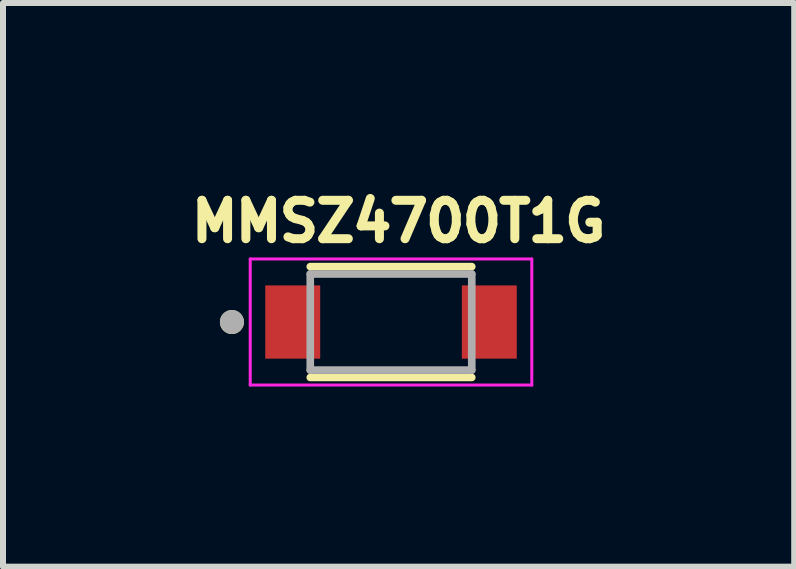
<source format=kicad_pcb>
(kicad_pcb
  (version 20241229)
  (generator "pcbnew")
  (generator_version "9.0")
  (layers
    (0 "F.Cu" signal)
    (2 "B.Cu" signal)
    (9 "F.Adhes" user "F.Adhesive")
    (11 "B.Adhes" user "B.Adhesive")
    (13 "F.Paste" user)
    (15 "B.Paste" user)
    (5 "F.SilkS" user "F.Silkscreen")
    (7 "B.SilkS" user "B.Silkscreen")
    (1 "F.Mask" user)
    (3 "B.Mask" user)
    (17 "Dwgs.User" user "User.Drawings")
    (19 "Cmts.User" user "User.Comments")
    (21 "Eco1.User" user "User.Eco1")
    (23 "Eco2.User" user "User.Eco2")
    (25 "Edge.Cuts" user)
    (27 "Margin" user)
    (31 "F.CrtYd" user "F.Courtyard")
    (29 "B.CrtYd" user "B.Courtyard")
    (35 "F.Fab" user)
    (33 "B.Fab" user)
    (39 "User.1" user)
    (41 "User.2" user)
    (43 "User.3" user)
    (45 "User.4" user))
  (footprint "MMSZ4700T1G"
    (layer "F.Cu")
    (at 3.463 2.314)
    (property "Reference" "MMSZ4700T1G" (at 0.127 -1.676 0) (layer "F.SilkS") (effects (font (size 0.64 0.64) (thickness 0.15))))
    (attr smd)
    (fp_line (start -1.345 -0.923) (end 1.345 -0.923) (stroke (width 0.127) (type solid)) (layer "F.SilkS"))
    (fp_line (start 1.345 0.923) (end -1.345 0.923) (stroke (width 0.127) (type solid)) (layer "F.SilkS"))
    (fp_circle (center -2.65 0) (end -2.55 0) (stroke (width 0.2) (type solid)) (fill no) (layer "F.SilkS"))
    (fp_line (start -2.345 -1.05) (end 2.345 -1.05) (stroke (width 0.05) (type solid)) (layer "F.CrtYd"))
    (fp_line (start -2.345 1.05) (end -2.345 -1.05) (stroke (width 0.05) (type solid)) (layer "F.CrtYd"))
    (fp_line (start 2.345 -1.05) (end 2.345 1.05) (stroke (width 0.05) (type solid)) (layer "F.CrtYd"))
    (fp_line (start 2.345 1.05) (end -2.345 1.05) (stroke (width 0.05) (type solid)) (layer "F.CrtYd"))
    (fp_line (start -1.345 -0.8) (end 1.345 -0.8) (stroke (width 0.127) (type solid)) (layer "F.Fab"))
    (fp_line (start -1.345 0.8) (end -1.345 -0.8) (stroke (width 0.127) (type solid)) (layer "F.Fab"))
    (fp_line (start 1.345 -0.8) (end 1.345 0.8) (stroke (width 0.127) (type solid)) (layer "F.Fab"))
    (fp_line (start 1.345 0.8) (end -1.345 0.8) (stroke (width 0.127) (type solid)) (layer "F.Fab"))
    (fp_circle (center -2.65 0) (end -2.55 0) (stroke (width 0.2) (type solid)) (fill no) (layer "F.Fab"))
    (pad "A" smd rect (at 1.637 0) (size 0.915 1.22) (layers "F.Cu" "F.Mask" "F.Paste"))
    (pad "K" smd rect (at -1.637 0) (size 0.915 1.22) (layers "F.Cu" "F.Mask" "F.Paste")))
  (gr_rect
    (start -3 -3)
    (end 10.179 6.389)
    (stroke (width 0.1) (type default))
    (fill no)
    (layer "Edge.Cuts")))
</source>
